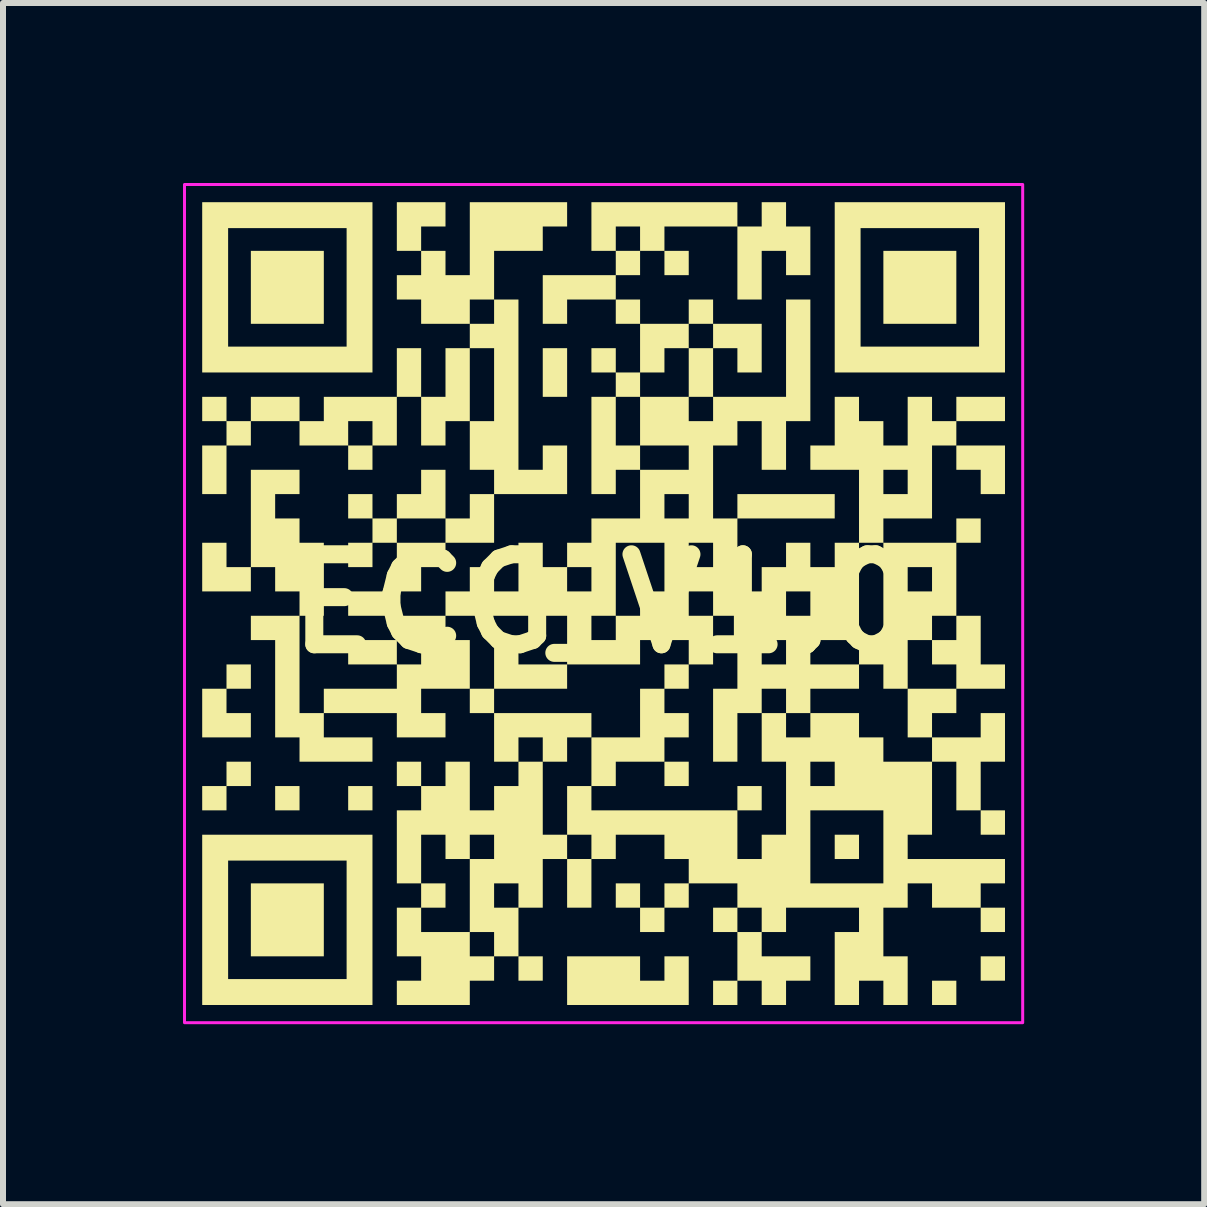
<source format=kicad_pcb>
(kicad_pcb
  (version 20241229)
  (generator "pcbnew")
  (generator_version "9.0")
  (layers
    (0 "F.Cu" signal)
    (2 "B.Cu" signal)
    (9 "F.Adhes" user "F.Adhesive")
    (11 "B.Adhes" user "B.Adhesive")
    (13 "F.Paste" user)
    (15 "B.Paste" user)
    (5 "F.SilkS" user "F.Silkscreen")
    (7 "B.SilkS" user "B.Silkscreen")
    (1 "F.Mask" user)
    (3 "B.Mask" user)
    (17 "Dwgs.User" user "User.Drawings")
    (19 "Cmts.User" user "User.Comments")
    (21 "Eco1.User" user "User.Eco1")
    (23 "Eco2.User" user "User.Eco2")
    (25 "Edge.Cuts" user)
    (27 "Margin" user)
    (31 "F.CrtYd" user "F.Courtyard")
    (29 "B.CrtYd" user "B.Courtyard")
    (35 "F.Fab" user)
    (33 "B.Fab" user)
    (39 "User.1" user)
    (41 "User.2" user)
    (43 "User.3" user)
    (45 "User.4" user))
  (footprint "ECG_V1.0"
    (layer "F.Cu")
    (at 7.01 7.01)
    (property "Reference" "ECG_V1.0" (at 0 0 0) (layer "F.SilkS") (effects (font (size 1.5 1.5) (thickness 0.3))))
    (attr board_only exclude_from_pos_files exclude_from_bom)
    (fp_poly (pts (xy -5.068 3.244) (xy -5.068 3.446) (xy -5.271 3.446) (xy -5.474 3.446) (xy -5.474 3.244) (xy -5.474 3.041) (xy -5.271 3.041) (xy -5.068 3.041)) (stroke (width 0) (type solid)) (fill yes) (layer "F.SilkS"))
    (fp_poly (pts (xy -4.663 -5.271) (xy -4.663 -4.663) (xy -5.271 -4.663) (xy -5.879 -4.663) (xy -5.879 -5.271) (xy -5.879 -5.879) (xy -5.271 -5.879) (xy -4.663 -5.879)) (stroke (width 0) (type solid)) (fill yes) (layer "F.SilkS"))
    (fp_poly (pts (xy -4.663 5.271) (xy -4.663 5.879) (xy -5.271 5.879) (xy -5.879 5.879) (xy -5.879 5.271) (xy -5.879 4.663) (xy -5.271 4.663) (xy -4.663 4.663)) (stroke (width 0) (type solid)) (fill yes) (layer "F.SilkS"))
    (fp_poly (pts (xy -3.852 3.244) (xy -3.852 3.446) (xy -4.055 3.446) (xy -4.257 3.446) (xy -4.257 3.244) (xy -4.257 3.041) (xy -4.055 3.041) (xy -3.852 3.041)) (stroke (width 0) (type solid)) (fill yes) (layer "F.SilkS"))
    (fp_poly (pts (xy -1.825 1.622) (xy -1.825 1.825) (xy -2.027 1.825) (xy -2.23 1.825) (xy -2.23 1.622) (xy -2.23 1.419) (xy -2.027 1.419) (xy -1.825 1.419)) (stroke (width 0) (type solid)) (fill yes) (layer "F.SilkS"))
    (fp_poly (pts (xy -1.014 6.082) (xy -1.014 6.285) (xy -1.216 6.285) (xy -1.419 6.285) (xy -1.419 6.082) (xy -1.419 5.879) (xy -1.216 5.879) (xy -1.014 5.879)) (stroke (width 0) (type solid)) (fill yes) (layer "F.SilkS"))
    (fp_poly (pts (xy -0.608 -3.852) (xy -0.608 -3.446) (xy -0.811 -3.446) (xy -1.014 -3.446) (xy -1.014 -3.852) (xy -1.014 -4.257) (xy -0.811 -4.257) (xy -0.608 -4.257)) (stroke (width 0) (type solid)) (fill yes) (layer "F.SilkS"))
    (fp_poly (pts (xy 1.419 -5.676) (xy 1.419 -5.474) (xy 1.216 -5.474) (xy 1.014 -5.474) (xy 1.014 -5.676) (xy 1.014 -5.879) (xy 1.216 -5.879) (xy 1.419 -5.879)) (stroke (width 0) (type solid)) (fill yes) (layer "F.SilkS"))
    (fp_poly (pts (xy 1.419 2.838) (xy 1.419 3.041) (xy 1.216 3.041) (xy 1.014 3.041) (xy 1.014 2.838) (xy 1.014 2.635) (xy 1.216 2.635) (xy 1.419 2.635)) (stroke (width 0) (type solid)) (fill yes) (layer "F.SilkS"))
    (fp_poly (pts (xy 2.635 3.244) (xy 2.635 3.446) (xy 2.433 3.446) (xy 2.23 3.446) (xy 2.23 3.244) (xy 2.23 3.041) (xy 2.433 3.041) (xy 2.635 3.041)) (stroke (width 0) (type solid)) (fill yes) (layer "F.SilkS"))
    (fp_poly (pts (xy 4.257 4.055) (xy 4.257 4.257) (xy 4.055 4.257) (xy 3.852 4.257) (xy 3.852 4.055) (xy 3.852 3.852) (xy 4.055 3.852) (xy 4.257 3.852)) (stroke (width 0) (type solid)) (fill yes) (layer "F.SilkS"))
    (fp_poly (pts (xy 5.879 -5.271) (xy 5.879 -4.663) (xy 5.271 -4.663) (xy 4.663 -4.663) (xy 4.663 -5.271) (xy 4.663 -5.879) (xy 5.271 -5.879) (xy 5.879 -5.879)) (stroke (width 0) (type solid)) (fill yes) (layer "F.SilkS"))
    (fp_poly (pts (xy 5.879 6.487) (xy 5.879 6.69) (xy 5.676 6.69) (xy 5.474 6.69) (xy 5.474 6.487) (xy 5.474 6.285) (xy 5.676 6.285) (xy 5.879 6.285)) (stroke (width 0) (type solid)) (fill yes) (layer "F.SilkS"))
    (fp_poly (pts (xy 6.69 3.649) (xy 6.69 3.852) (xy 6.487 3.852) (xy 6.285 3.852) (xy 6.285 3.649) (xy 6.285 3.446) (xy 6.487 3.446) (xy 6.69 3.446)) (stroke (width 0) (type solid)) (fill yes) (layer "F.SilkS"))
    (fp_poly (pts (xy 6.69 5.271) (xy 6.69 5.474) (xy 6.487 5.474) (xy 6.285 5.474) (xy 6.285 5.271) (xy 6.285 5.068) (xy 6.487 5.068) (xy 6.69 5.068)) (stroke (width 0) (type solid)) (fill yes) (layer "F.SilkS"))
    (fp_poly (pts (xy 6.69 6.082) (xy 6.69 6.285) (xy 6.487 6.285) (xy 6.285 6.285) (xy 6.285 6.082) (xy 6.285 5.879) (xy 6.487 5.879) (xy 6.69 5.879)) (stroke (width 0) (type solid)) (fill yes) (layer "F.SilkS"))
    (fp_poly (pts (xy -2.635 -6.487) (xy -2.635 -6.285) (xy -2.838 -6.285) (xy -3.041 -6.285) (xy -3.041 -6.082) (xy -3.041 -5.879) (xy -3.244 -5.879) (xy -3.446 -5.879) (xy -3.446 -6.285) (xy -3.446 -6.69) (xy -3.041 -6.69) (xy -2.635 -6.69)) (stroke (width 0) (type solid)) (fill yes) (layer "F.SilkS"))
    (fp_poly (pts (xy -1.419 0.811) (xy -1.419 1.014) (xy -1.014 1.014) (xy -0.608 1.014) (xy -0.608 1.216) (xy -0.608 1.419) (xy -1.216 1.419) (xy -1.825 1.419) (xy -1.825 1.014) (xy -1.825 0.608) (xy -1.622 0.608) (xy -1.419 0.608)) (stroke (width 0) (type solid)) (fill yes) (layer "F.SilkS"))
    (fp_poly (pts (xy 6.69 -2.23) (xy 6.69 -1.825) (xy 6.487 -1.825) (xy 6.285 -1.825) (xy 6.285 -2.027) (xy 6.285 -2.23) (xy 6.082 -2.23) (xy 5.879 -2.23) (xy 5.879 -2.433) (xy 5.879 -2.635) (xy 6.285 -2.635) (xy 6.69 -2.635)) (stroke (width 0) (type solid)) (fill yes) (layer "F.SilkS"))
    (fp_poly (pts (xy -5.879 2.838) (xy -5.879 3.041) (xy -6.082 3.041) (xy -6.285 3.041) (xy -6.285 3.244) (xy -6.285 3.446) (xy -6.487 3.446) (xy -6.69 3.446) (xy -6.69 3.244) (xy -6.69 3.041) (xy -6.487 3.041) (xy -6.285 3.041) (xy -6.285 2.838) (xy -6.285 2.635) (xy -6.082 2.635) (xy -5.879 2.635)) (stroke (width 0) (type solid)) (fill yes) (layer "F.SilkS"))
    (fp_poly (pts (xy 0.608 6.082) (xy 0.608 6.285) (xy 0.811 6.285) (xy 1.014 6.285) (xy 1.014 6.082) (xy 1.014 5.879) (xy 1.216 5.879) (xy 1.419 5.879) (xy 1.419 6.285) (xy 1.419 6.69) (xy 0.405 6.69) (xy -0.608 6.69) (xy -0.608 6.285) (xy -0.608 5.879) (xy 0 5.879) (xy 0.608 5.879)) (stroke (width 0) (type solid)) (fill yes) (layer "F.SilkS"))
    (fp_poly (pts (xy -3.852 -5.271) (xy -3.852 -3.852) (xy -5.271 -3.852) (xy -6.69 -3.852) (xy -6.69 -5.271) (xy -6.258 -5.271) (xy -6.258 -4.283) (xy -5.271 -4.283) (xy -4.283 -4.283) (xy -4.283 -5.271) (xy -4.283 -6.258) (xy -5.271 -6.258) (xy -6.258 -6.258) (xy -6.258 -5.271) (xy -6.69 -5.271) (xy -6.69 -6.69) (xy -5.271 -6.69) (xy -3.852 -6.69)) (stroke (width 0) (type solid)) (fill yes) (layer "F.SilkS"))
    (fp_poly (pts (xy -3.852 5.271) (xy -3.852 6.69) (xy -5.271 6.69) (xy -6.69 6.69) (xy -6.69 5.271) (xy -6.258 5.271) (xy -6.258 6.258) (xy -5.271 6.258) (xy -4.283 6.258) (xy -4.283 5.271) (xy -4.283 4.283) (xy -5.271 4.283) (xy -6.258 4.283) (xy -6.258 5.271) (xy -6.69 5.271) (xy -6.69 3.852) (xy -5.271 3.852) (xy -3.852 3.852)) (stroke (width 0) (type solid)) (fill yes) (layer "F.SilkS"))
    (fp_poly (pts (xy 6.69 -5.271) (xy 6.69 -3.852) (xy 5.271 -3.852) (xy 3.852 -3.852) (xy 3.852 -5.271) (xy 4.283 -5.271) (xy 4.283 -4.283) (xy 5.271 -4.283) (xy 6.258 -4.283) (xy 6.258 -5.271) (xy 6.258 -6.258) (xy 5.271 -6.258) (xy 4.283 -6.258) (xy 4.283 -5.271) (xy 3.852 -5.271) (xy 3.852 -6.69) (xy 5.271 -6.69) (xy 6.69 -6.69)) (stroke (width 0) (type solid)) (fill yes) (layer "F.SilkS"))
    (fp_poly (pts (xy -5.879 1.216) (xy -5.879 1.419) (xy -6.082 1.419) (xy -6.285 1.419) (xy -6.285 1.622) (xy -6.285 1.825) (xy -6.082 1.825) (xy -5.879 1.825) (xy -5.879 2.027) (xy -5.879 2.23) (xy -6.285 2.23) (xy -6.69 2.23) (xy -6.69 1.825) (xy -6.69 1.419) (xy -6.487 1.419) (xy -6.285 1.419) (xy -6.285 1.216) (xy -6.285 1.014) (xy -6.082 1.014) (xy -5.879 1.014)) (stroke (width 0) (type solid)) (fill yes) (layer "F.SilkS"))
    (fp_poly (pts (xy -0.203 2.027) (xy -0.203 2.23) (xy -0.405 2.23) (xy -0.608 2.23) (xy -0.608 2.433) (xy -0.608 2.635) (xy -0.811 2.635) (xy -1.014 2.635) (xy -1.014 2.433) (xy -1.014 2.23) (xy -1.216 2.23) (xy -1.419 2.23) (xy -1.419 2.433) (xy -1.419 2.635) (xy -1.622 2.635) (xy -1.825 2.635) (xy -1.825 2.23) (xy -1.825 1.825) (xy -1.014 1.825) (xy -0.203 1.825)) (stroke (width 0) (type solid)) (fill yes) (layer "F.SilkS"))
    (fp_poly (pts (xy 1.419 1.216) (xy 1.419 1.419) (xy 1.216 1.419) (xy 1.014 1.419) (xy 1.014 1.622) (xy 1.014 1.825) (xy 1.216 1.825) (xy 1.419 1.825) (xy 1.419 2.027) (xy 1.419 2.23) (xy 1.216 2.23) (xy 1.014 2.23) (xy 1.014 2.433) (xy 1.014 2.635) (xy 0.608 2.635) (xy 0.203 2.635) (xy 0.203 2.838) (xy 0.203 3.041) (xy 0 3.041) (xy -0.203 3.041) (xy -0.203 2.635) (xy -0.203 2.23) (xy 0.203 2.23) (xy 0.608 2.23) (xy 0.608 1.825) (xy 0.608 1.419) (xy 0.811 1.419) (xy 1.014 1.419) (xy 1.014 1.216) (xy 1.014 1.014) (xy 1.216 1.014) (xy 1.419 1.014)) (stroke (width 0) (type solid)) (fill yes) (layer "F.SilkS"))
    (fp_poly (pts (xy 2.23 -6.487) (xy 2.23 -6.285) (xy 2.433 -6.285) (xy 2.635 -6.285) (xy 2.635 -6.487) (xy 2.635 -6.69) (xy 2.838 -6.69) (xy 3.041 -6.69) (xy 3.041 -6.487) (xy 3.041 -6.285) (xy 3.244 -6.285) (xy 3.446 -6.285) (xy 3.446 -5.879) (xy 3.446 -5.474) (xy 3.244 -5.474) (xy 3.041 -5.474) (xy 3.041 -5.676) (xy 3.041 -5.879) (xy 2.838 -5.879) (xy 2.635 -5.879) (xy 2.635 -5.474) (xy 2.635 -5.068) (xy 2.433 -5.068) (xy 2.23 -5.068) (xy 2.23 -5.676) (xy 2.23 -6.285) (xy 1.622 -6.285) (xy 1.014 -6.285) (xy 1.014 -6.082) (xy 1.014 -5.879) (xy 0.811 -5.879) (xy 0.608 -5.879) (xy 0.608 -5.676) (xy 0.608 -5.474) (xy 0.405 -5.474) (xy 0.203 -5.474) (xy 0.203 -5.271) (xy 0.203 -5.068) (xy -0.203 -5.068) (xy -0.608 -5.068) (xy -0.608 -4.865) (xy -0.608 -4.663) (xy -0.811 -4.663) (xy -1.014 -4.663) (xy -1.014 -5.068) (xy -1.014 -5.474) (xy -0.405 -5.474) (xy 0.203 -5.474) (xy 0.203 -5.676) (xy 0.203 -5.879) (xy 0 -5.879) (xy -0.203 -5.879) (xy -0.203 -6.082) (xy 0.203 -6.082) (xy 0.203 -5.879) (xy 0.405 -5.879) (xy 0.608 -5.879) (xy 0.608 -6.082) (xy 0.608 -6.285) (xy 0.405 -6.285) (xy 0.203 -6.285) (xy 0.203 -6.082) (xy -0.203 -6.082) (xy -0.203 -6.285) (xy -0.203 -6.69) (xy 1.014 -6.69) (xy 2.23 -6.69)) (stroke (width 0) (type solid)) (fill yes) (layer "F.SilkS"))
    (fp_poly (pts (xy 6.285 0.608) (xy 6.285 1.014) (xy 6.487 1.014) (xy 6.69 1.014) (xy 6.69 1.216) (xy 6.69 1.419) (xy 6.285 1.419) (xy 5.879 1.419) (xy 5.879 1.622) (xy 5.879 1.825) (xy 5.676 1.825) (xy 5.474 1.825) (xy 5.474 2.027) (xy 5.474 2.23) (xy 5.879 2.23) (xy 6.285 2.23) (xy 6.285 2.027) (xy 6.285 1.825) (xy 6.487 1.825) (xy 6.69 1.825) (xy 6.69 2.23) (xy 6.69 2.635) (xy 6.487 2.635) (xy 6.285 2.635) (xy 6.285 3.041) (xy 6.285 3.446) (xy 6.082 3.446) (xy 5.879 3.446) (xy 5.879 3.041) (xy 5.879 2.635) (xy 5.676 2.635) (xy 5.474 2.635) (xy 5.474 3.244) (xy 5.474 3.852) (xy 5.271 3.852) (xy 5.068 3.852) (xy 5.068 4.055) (xy 5.068 4.257) (xy 5.879 4.257) (xy 6.69 4.257) (xy 6.69 4.46) (xy 6.69 4.663) (xy 6.487 4.663) (xy 6.285 4.663) (xy 6.285 4.865) (xy 6.285 5.068) (xy 5.879 5.068) (xy 5.474 5.068) (xy 5.474 4.865) (xy 5.474 4.663) (xy 5.271 4.663) (xy 5.068 4.663) (xy 5.068 4.865) (xy 5.068 5.068) (xy 4.865 5.068) (xy 4.663 5.068) (xy 4.663 5.474) (xy 4.663 5.879) (xy 4.865 5.879) (xy 5.068 5.879) (xy 5.068 6.285) (xy 5.068 6.69) (xy 4.865 6.69) (xy 4.663 6.69) (xy 4.663 6.487) (xy 4.663 6.285) (xy 4.46 6.285) (xy 4.257 6.285) (xy 4.257 6.487) (xy 4.257 6.69) (xy 4.055 6.69) (xy 3.852 6.69) (xy 3.852 6.082) (xy 3.852 5.474) (xy 4.055 5.474) (xy 4.257 5.474) (xy 4.257 5.271) (xy 4.257 5.068) (xy 3.649 5.068) (xy 3.041 5.068) (xy 3.041 5.271) (xy 3.041 5.474) (xy 2.838 5.474) (xy 2.635 5.474) (xy 2.635 5.676) (xy 2.635 5.879) (xy 3.041 5.879) (xy 3.446 5.879) (xy 3.446 6.082) (xy 3.446 6.285) (xy 3.244 6.285) (xy 3.041 6.285) (xy 3.041 6.487) (xy 3.041 6.69) (xy 2.838 6.69) (xy 2.635 6.69) (xy 2.635 6.487) (xy 2.635 6.285) (xy 2.433 6.285) (xy 2.23 6.285) (xy 2.23 6.487) (xy 2.23 6.69) (xy 2.027 6.69) (xy 1.825 6.69) (xy 1.825 6.487) (xy 1.825 6.285) (xy 2.027 6.285) (xy 2.23 6.285) (xy 2.23 5.879) (xy 2.23 5.474) (xy 2.027 5.474) (xy 1.825 5.474) (xy 1.825 5.271) (xy 2.23 5.271) (xy 2.23 5.474) (xy 2.433 5.474) (xy 2.635 5.474) (xy 2.635 5.271) (xy 2.635 5.068) (xy 2.433 5.068) (xy 2.23 5.068) (xy 2.23 5.271) (xy 1.825 5.271) (xy 1.825 5.068) (xy 2.027 5.068) (xy 2.23 5.068) (xy 2.23 4.865) (xy 2.23 4.663) (xy 1.825 4.663) (xy 1.419 4.663) (xy 1.419 4.865) (xy 1.419 5.068) (xy 1.216 5.068) (xy 1.014 5.068) (xy 1.014 5.271) (xy 1.014 5.474) (xy 0.811 5.474) (xy 0.608 5.474) (xy 0.608 5.271) (xy 0.608 5.068) (xy 0.405 5.068) (xy 0.203 5.068) (xy 0.203 4.865) (xy 0.203 4.663) (xy 0.405 4.663) (xy 0.608 4.663) (xy 0.608 4.865) (xy 0.608 5.068) (xy 0.811 5.068) (xy 1.014 5.068) (xy 1.014 4.865) (xy 1.014 4.663) (xy 1.216 4.663) (xy 1.419 4.663) (xy 1.419 4.46) (xy 1.419 4.257) (xy 1.216 4.257) (xy 1.014 4.257) (xy 1.014 4.055) (xy 1.014 3.852) (xy 0.608 3.852) (xy 0.203 3.852) (xy 0.203 4.055) (xy 0.203 4.257) (xy 0 4.257) (xy -0.203 4.257) (xy -0.203 4.663) (xy -0.203 5.068) (xy -0.405 5.068) (xy -0.608 5.068) (xy -0.608 4.663) (xy -0.608 4.257) (xy -0.811 4.257) (xy -1.014 4.257) (xy -1.014 4.663) (xy -1.014 5.068) (xy -1.216 5.068) (xy -1.419 5.068) (xy -1.419 5.474) (xy -1.419 5.879) (xy -1.622 5.879) (xy -1.825 5.879) (xy -1.825 6.082) (xy -1.825 6.285) (xy -2.027 6.285) (xy -2.23 6.285) (xy -2.23 6.487) (xy -2.23 6.69) (xy -2.838 6.69) (xy -3.446 6.69) (xy -3.446 6.487) (xy -3.446 6.285) (xy -3.244 6.285) (xy -3.041 6.285) (xy -3.041 6.082) (xy -3.041 5.879) (xy -3.244 5.879) (xy -3.446 5.879) (xy -3.446 5.676) (xy -2.23 5.676) (xy -2.23 5.879) (xy -2.027 5.879) (xy -1.825 5.879) (xy -1.825 5.676) (xy -1.825 5.474) (xy -2.027 5.474) (xy -2.23 5.474) (xy -2.23 5.676) (xy -3.446 5.676) (xy -3.446 5.474) (xy -3.446 5.068) (xy -3.244 5.068) (xy -3.041 5.068) (xy -3.041 4.865) (xy -3.041 4.663) (xy -2.838 4.663) (xy -2.635 4.663) (xy -2.635 4.865) (xy -2.635 5.068) (xy -2.838 5.068) (xy -3.041 5.068) (xy -3.041 5.271) (xy -3.041 5.474) (xy -2.635 5.474) (xy -2.23 5.474) (xy -2.23 4.865) (xy -1.825 4.865) (xy -1.825 5.068) (xy -1.622 5.068) (xy -1.419 5.068) (xy -1.419 4.865) (xy -1.419 4.663) (xy -1.622 4.663) (xy -1.825 4.663) (xy -1.825 4.865) (xy -2.23 4.865) (xy -2.23 4.257) (xy -2.027 4.257) (xy -1.825 4.257) (xy -1.825 4.055) (xy -0.608 4.055) (xy -0.608 4.257) (xy -0.405 4.257) (xy -0.203 4.257) (xy -0.203 4.055) (xy -0.203 3.852) (xy -0.405 3.852) (xy -0.608 3.852) (xy -0.608 4.055) (xy -1.825 4.055) (xy -1.825 3.852) (xy -2.027 3.852) (xy -2.23 3.852) (xy -2.23 4.055) (xy -2.23 4.257) (xy -2.433 4.257) (xy -2.635 4.257) (xy -2.635 4.055) (xy -2.635 3.852) (xy -2.838 3.852) (xy -3.041 3.852) (xy -3.041 4.257) (xy -3.041 4.663) (xy -3.244 4.663) (xy -3.446 4.663) (xy -3.446 4.055) (xy -3.446 3.446) (xy -3.244 3.446) (xy -3.041 3.446) (xy -3.041 3.244) (xy -3.041 3.041) (xy -3.244 3.041) (xy -3.446 3.041) (xy -3.446 2.838) (xy -3.446 2.635) (xy -3.244 2.635) (xy -3.041 2.635) (xy -3.041 2.838) (xy -3.041 3.041) (xy -2.838 3.041) (xy -2.635 3.041) (xy -2.635 2.838) (xy -2.635 2.635) (xy -2.433 2.635) (xy -2.23 2.635) (xy -2.23 3.041) (xy -2.23 3.446) (xy -2.027 3.446) (xy -1.825 3.446) (xy -1.825 3.244) (xy -1.825 3.041) (xy -1.622 3.041) (xy -1.419 3.041) (xy -1.419 2.838) (xy -1.419 2.635) (xy -1.216 2.635) (xy -1.014 2.635) (xy -1.014 3.244) (xy -1.014 3.852) (xy -0.811 3.852) (xy -0.608 3.852) (xy -0.608 3.446) (xy -0.608 3.041) (xy -0.405 3.041) (xy -0.203 3.041) (xy -0.203 3.244) (xy -0.203 3.446) (xy 1.014 3.446) (xy 2.23 3.446) (xy 2.23 3.852) (xy 2.23 4.257) (xy 2.433 4.257) (xy 2.635 4.257) (xy 2.635 4.055) (xy 3.446 4.055) (xy 3.446 4.663) (xy 4.055 4.663) (xy 4.663 4.663) (xy 4.663 4.055) (xy 4.663 3.446) (xy 4.055 3.446) (xy 3.446 3.446) (xy 3.446 4.055) (xy 2.635 4.055) (xy 2.635 3.852) (xy 2.838 3.852) (xy 3.041 3.852) (xy 3.041 3.244) (xy 3.041 2.838) (xy 3.446 2.838) (xy 3.446 3.041) (xy 3.649 3.041) (xy 3.852 3.041) (xy 3.852 2.838) (xy 3.852 2.635) (xy 3.649 2.635) (xy 3.446 2.635) (xy 3.446 2.838) (xy 3.041 2.838) (xy 3.041 2.635) (xy 2.838 2.635) (xy 2.635 2.635) (xy 2.635 2.23) (xy 2.635 1.825) (xy 2.838 1.825) (xy 3.041 1.825) (xy 3.041 2.027) (xy 3.041 2.23) (xy 3.244 2.23) (xy 3.446 2.23) (xy 3.446 2.027) (xy 3.446 1.825) (xy 3.852 1.825) (xy 4.257 1.825) (xy 4.257 2.027) (xy 4.257 2.23) (xy 4.46 2.23) (xy 4.663 2.23) (xy 4.663 2.433) (xy 4.663 2.635) (xy 5.068 2.635) (xy 5.474 2.635) (xy 5.474 2.433) (xy 5.474 2.23) (xy 5.271 2.23) (xy 5.068 2.23) (xy 5.068 1.825) (xy 5.068 1.419) (xy 5.474 1.419) (xy 5.879 1.419) (xy 5.879 1.216) (xy 5.879 1.014) (xy 5.676 1.014) (xy 5.474 1.014) (xy 5.474 0.811) (xy 5.474 0.608) (xy 5.676 0.608) (xy 5.879 0.608) (xy 5.879 0.405) (xy 5.879 0.203) (xy 6.082 0.203) (xy 6.285 0.203)) (stroke (width 0) (type solid)) (fill yes) (layer "F.SilkS"))
    (fp_poly (pts (xy -0.608 -6.487) (xy -0.608 -6.285) (xy -0.811 -6.285) (xy -1.014 -6.285) (xy -1.014 -6.082) (xy -1.014 -5.879) (xy -1.419 -5.879) (xy -1.825 -5.879) (xy -1.825 -5.474) (xy -1.825 -5.068) (xy -2.027 -5.068) (xy -2.23 -5.068) (xy -2.23 -4.865) (xy -2.23 -4.663) (xy -2.027 -4.663) (xy -1.825 -4.663) (xy -1.825 -4.865) (xy -1.825 -5.068) (xy -1.622 -5.068) (xy -1.419 -5.068) (xy -1.419 -3.649) (xy -1.419 -2.23) (xy -1.216 -2.23) (xy -1.014 -2.23) (xy -1.014 -2.433) (xy -1.014 -2.635) (xy -0.811 -2.635) (xy -0.608 -2.635) (xy -0.608 -2.23) (xy -0.608 -1.825) (xy -1.216 -1.825) (xy -1.825 -1.825) (xy -1.825 -1.419) (xy -1.825 -1.014) (xy -2.23 -1.014) (xy -2.635 -1.014) (xy -2.635 -0.811) (xy -2.635 -0.608) (xy -2.838 -0.608) (xy -3.041 -0.608) (xy -3.041 -0.405) (xy -3.041 -0.203) (xy -3.244 -0.203) (xy -3.446 -0.203) (xy -3.446 0) (xy -3.446 0.203) (xy -3.041 0.203) (xy -2.635 0.203) (xy -2.635 0) (xy -2.635 -0.203) (xy -2.433 -0.203) (xy -2.23 -0.203) (xy -2.23 -0.405) (xy -2.23 -0.608) (xy -2.027 -0.608) (xy -1.825 -0.608) (xy -1.825 -0.405) (xy -1.825 -0.203) (xy -1.622 -0.203) (xy -1.419 -0.203) (xy -1.419 -0.405) (xy -0.608 -0.405) (xy -0.608 -0.203) (xy -0.405 -0.203) (xy -0.203 -0.203) (xy -0.203 -0.405) (xy -0.203 -0.608) (xy -0.405 -0.608) (xy -0.608 -0.608) (xy -0.608 -0.405) (xy -1.419 -0.405) (xy -1.419 -0.608) (xy -1.419 -1.014) (xy -1.216 -1.014) (xy -1.014 -1.014) (xy -1.014 -0.811) (xy -1.014 -0.608) (xy -0.811 -0.608) (xy -0.608 -0.608) (xy -0.608 -0.811) (xy -0.608 -1.014) (xy -0.405 -1.014) (xy -0.203 -1.014) (xy -0.203 -1.216) (xy -0.203 -1.419) (xy 0.203 -1.419) (xy 0.608 -1.419) (xy 0.608 -1.622) (xy 1.014 -1.622) (xy 1.014 -1.419) (xy 1.216 -1.419) (xy 1.419 -1.419) (xy 1.419 -1.622) (xy 1.419 -1.825) (xy 1.216 -1.825) (xy 1.014 -1.825) (xy 1.014 -1.622) (xy 0.608 -1.622) (xy 0.608 -1.825) (xy 0.608 -2.23) (xy 0.405 -2.23) (xy 0.203 -2.23) (xy 0.203 -2.027) (xy 0.203 -1.825) (xy 0 -1.825) (xy -0.203 -1.825) (xy -0.203 -2.433) (xy 0.608 -2.433) (xy 0.608 -2.23) (xy 1.014 -2.23) (xy 1.419 -2.23) (xy 1.419 -2.433) (xy 1.419 -2.635) (xy 1.014 -2.635) (xy 0.608 -2.635) (xy 0.608 -2.433) (xy -0.203 -2.433) (xy -0.203 -2.635) (xy -0.203 -3.446) (xy 0 -3.446) (xy 0.203 -3.446) (xy 0.203 -3.649) (xy 0.203 -3.852) (xy 0 -3.852) (xy -0.203 -3.852) (xy -0.203 -4.055) (xy -0.203 -4.257) (xy 0 -4.257) (xy 0.203 -4.257) (xy 0.203 -4.055) (xy 0.203 -3.852) (xy 0.405 -3.852) (xy 0.608 -3.852) (xy 0.608 -4.257) (xy 0.608 -4.663) (xy 0.405 -4.663) (xy 0.203 -4.663) (xy 0.203 -4.865) (xy 0.203 -5.068) (xy 0.405 -5.068) (xy 0.608 -5.068) (xy 0.608 -4.865) (xy 0.608 -4.663) (xy 1.014 -4.663) (xy 1.419 -4.663) (xy 1.419 -4.865) (xy 1.419 -5.068) (xy 1.622 -5.068) (xy 1.825 -5.068) (xy 1.825 -4.865) (xy 1.825 -4.663) (xy 1.622 -4.663) (xy 1.419 -4.663) (xy 1.419 -4.46) (xy 1.419 -4.257) (xy 1.216 -4.257) (xy 1.014 -4.257) (xy 1.014 -4.055) (xy 1.014 -3.852) (xy 0.811 -3.852) (xy 0.608 -3.852) (xy 0.608 -3.649) (xy 0.608 -3.446) (xy 0.405 -3.446) (xy 0.203 -3.446) (xy 0.203 -3.041) (xy 0.203 -2.635) (xy 0.405 -2.635) (xy 0.608 -2.635) (xy 0.608 -3.041) (xy 0.608 -3.244) (xy 1.419 -3.244) (xy 1.419 -3.041) (xy 1.622 -3.041) (xy 1.825 -3.041) (xy 1.825 -3.244) (xy 1.825 -3.446) (xy 1.622 -3.446) (xy 1.419 -3.446) (xy 1.419 -3.244) (xy 0.608 -3.244) (xy 0.608 -3.446) (xy 1.014 -3.446) (xy 1.419 -3.446) (xy 1.419 -3.852) (xy 1.419 -4.257) (xy 1.622 -4.257) (xy 1.825 -4.257) (xy 1.825 -4.46) (xy 1.825 -4.663) (xy 2.23 -4.663) (xy 2.635 -4.663) (xy 2.635 -4.257) (xy 2.635 -3.852) (xy 2.433 -3.852) (xy 2.23 -3.852) (xy 2.23 -4.055) (xy 2.23 -4.257) (xy 2.027 -4.257) (xy 1.825 -4.257) (xy 1.825 -3.852) (xy 1.825 -3.446) (xy 2.433 -3.446) (xy 3.041 -3.446) (xy 3.041 -4.257) (xy 3.041 -5.068) (xy 3.244 -5.068) (xy 3.446 -5.068) (xy 3.446 -4.055) (xy 3.446 -3.041) (xy 3.244 -3.041) (xy 3.041 -3.041) (xy 3.041 -2.635) (xy 3.041 -2.23) (xy 2.838 -2.23) (xy 2.635 -2.23) (xy 2.635 -2.635) (xy 2.635 -3.041) (xy 2.433 -3.041) (xy 2.23 -3.041) (xy 2.23 -2.838) (xy 2.23 -2.635) (xy 2.027 -2.635) (xy 1.825 -2.635) (xy 1.825 -2.027) (xy 1.825 -1.419) (xy 2.027 -1.419) (xy 2.23 -1.419) (xy 2.23 -1.622) (xy 2.23 -1.825) (xy 3.041 -1.825) (xy 3.852 -1.825) (xy 3.852 -1.622) (xy 3.852 -1.419) (xy 3.041 -1.419) (xy 2.23 -1.419) (xy 2.23 -0.811) (xy 2.23 -0.203) (xy 2.433 -0.203) (xy 2.635 -0.203) (xy 2.635 -0.405) (xy 2.635 -0.608) (xy 2.838 -0.608) (xy 3.041 -0.608) (xy 3.041 -0.811) (xy 3.041 -1.014) (xy 3.244 -1.014) (xy 3.446 -1.014) (xy 3.446 -0.811) (xy 3.446 -0.608) (xy 3.649 -0.608) (xy 3.852 -0.608) (xy 3.852 -0.811) (xy 3.852 -1.014) (xy 4.055 -1.014) (xy 4.257 -1.014) (xy 4.257 -1.622) (xy 4.257 -2.027) (xy 4.663 -2.027) (xy 4.663 -1.825) (xy 4.865 -1.825) (xy 5.068 -1.825) (xy 5.068 -2.027) (xy 5.068 -2.23) (xy 4.865 -2.23) (xy 4.663 -2.23) (xy 4.663 -2.027) (xy 4.257 -2.027) (xy 4.257 -2.23) (xy 3.852 -2.23) (xy 3.446 -2.23) (xy 3.446 -2.433) (xy 3.446 -2.635) (xy 3.649 -2.635) (xy 3.852 -2.635) (xy 3.852 -3.041) (xy 3.852 -3.446) (xy 4.055 -3.446) (xy 4.257 -3.446) (xy 4.257 -3.244) (xy 4.257 -3.041) (xy 4.46 -3.041) (xy 4.663 -3.041) (xy 4.663 -2.838) (xy 4.663 -2.635) (xy 4.865 -2.635) (xy 5.068 -2.635) (xy 5.068 -3.041) (xy 5.068 -3.446) (xy 5.271 -3.446) (xy 5.474 -3.446) (xy 5.474 -3.244) (xy 5.474 -3.041) (xy 5.676 -3.041) (xy 5.879 -3.041) (xy 5.879 -3.244) (xy 5.879 -3.446) (xy 6.285 -3.446) (xy 6.69 -3.446) (xy 6.69 -3.244) (xy 6.69 -3.041) (xy 6.285 -3.041) (xy 5.879 -3.041) (xy 5.879 -2.838) (xy 5.879 -2.635) (xy 5.676 -2.635) (xy 5.474 -2.635) (xy 5.474 -2.027) (xy 5.474 -1.419) (xy 5.068 -1.419) (xy 4.663 -1.419) (xy 4.663 -1.216) (xy 4.663 -1.014) (xy 5.271 -1.014) (xy 5.879 -1.014) (xy 5.879 -1.216) (xy 5.879 -1.419) (xy 6.082 -1.419) (xy 6.285 -1.419) (xy 6.285 -1.216) (xy 6.285 -1.014) (xy 6.082 -1.014) (xy 5.879 -1.014) (xy 5.879 -0.405) (xy 5.879 0.203) (xy 5.676 0.203) (xy 5.474 0.203) (xy 5.474 0.405) (xy 5.474 0.608) (xy 5.271 0.608) (xy 5.068 0.608) (xy 5.068 1.014) (xy 5.068 1.419) (xy 4.865 1.419) (xy 4.663 1.419) (xy 4.663 1.216) (xy 4.663 1.014) (xy 4.46 1.014) (xy 4.257 1.014) (xy 4.257 1.216) (xy 4.257 1.419) (xy 3.852 1.419) (xy 3.446 1.419) (xy 3.446 1.622) (xy 3.446 1.825) (xy 3.244 1.825) (xy 3.041 1.825) (xy 3.041 1.622) (xy 3.041 1.419) (xy 2.838 1.419) (xy 2.635 1.419) (xy 2.635 1.622) (xy 2.635 1.825) (xy 2.433 1.825) (xy 2.23 1.825) (xy 2.23 2.23) (xy 2.23 2.635) (xy 2.027 2.635) (xy 1.825 2.635) (xy 1.825 2.027) (xy 1.825 1.419) (xy 2.027 1.419) (xy 2.23 1.419) (xy 2.23 0.811) (xy 2.635 0.811) (xy 2.635 1.014) (xy 2.838 1.014) (xy 3.041 1.014) (xy 3.041 0.811) (xy 3.041 0.608) (xy 3.446 0.608) (xy 3.446 0.811) (xy 3.446 1.014) (xy 3.852 1.014) (xy 4.257 1.014) (xy 4.257 0.811) (xy 4.257 0.608) (xy 4.46 0.608) (xy 4.663 0.608) (xy 4.663 -0.203) (xy 4.663 -0.405) (xy 5.068 -0.405) (xy 5.068 -0.203) (xy 5.271 -0.203) (xy 5.474 -0.203) (xy 5.474 -0.405) (xy 5.474 -0.608) (xy 5.271 -0.608) (xy 5.068 -0.608) (xy 5.068 -0.405) (xy 4.663 -0.405) (xy 4.663 -1.014) (xy 4.46 -1.014) (xy 4.257 -1.014) (xy 4.257 -0.203) (xy 4.257 0.608) (xy 3.852 0.608) (xy 3.446 0.608) (xy 3.041 0.608) (xy 2.838 0.608) (xy 2.635 0.608) (xy 2.635 0.811) (xy 2.23 0.811) (xy 2.23 0.203) (xy 2.027 0.203) (xy 1.825 0.203) (xy 1.825 0.608) (xy 1.825 1.014) (xy 1.622 1.014) (xy 1.419 1.014) (xy 1.419 0.811) (xy 1.419 0.608) (xy 1.014 0.608) (xy 0.608 0.608) (xy 0.608 0.811) (xy 0.608 1.014) (xy 0 1.014) (xy -0.608 1.014) (xy -0.608 0.608) (xy -0.608 0.203) (xy -0.203 0.203) (xy -0.203 0.405) (xy -0.203 0.608) (xy 0 0.608) (xy 0.203 0.608) (xy 0.203 0.405) (xy 0.203 0.203) (xy 0.405 0.203) (xy 0.608 0.203) (xy 0.608 0) (xy 1.419 0) (xy 1.419 0.203) (xy 1.622 0.203) (xy 1.825 0.203) (xy 1.825 0) (xy 3.041 0) (xy 3.041 0.203) (xy 3.244 0.203) (xy 3.446 0.203) (xy 3.446 0) (xy 3.446 -0.203) (xy 3.244 -0.203) (xy 3.041 -0.203) (xy 3.041 0) (xy 1.825 0) (xy 1.825 -0.203) (xy 1.622 -0.203) (xy 1.419 -0.203) (xy 1.419 0) (xy 0.608 0) (xy 0.608 -0.203) (xy 0.811 -0.203) (xy 1.014 -0.203) (xy 1.014 -0.608) (xy 1.014 -0.811) (xy 1.419 -0.811) (xy 1.419 -0.608) (xy 1.622 -0.608) (xy 1.825 -0.608) (xy 1.825 -0.811) (xy 1.825 -1.014) (xy 1.622 -1.014) (xy 1.419 -1.014) (xy 1.419 -0.811) (xy 1.014 -0.811) (xy 1.014 -1.014) (xy 0.608 -1.014) (xy 0.203 -1.014) (xy 0.203 -0.405) (xy 0.203 0.203) (xy 0 0.203) (xy -0.203 0.203) (xy -0.608 0.203) (xy -1.622 0.203) (xy -2.635 0.203) (xy -2.635 0.405) (xy -2.635 0.608) (xy -2.433 0.608) (xy -2.23 0.608) (xy -2.23 1.014) (xy -2.23 1.419) (xy -2.635 1.419) (xy -3.041 1.419) (xy -3.041 1.622) (xy -3.041 1.825) (xy -2.838 1.825) (xy -2.635 1.825) (xy -2.635 2.027) (xy -2.635 2.23) (xy -3.041 2.23) (xy -3.446 2.23) (xy -3.446 2.027) (xy -3.446 1.825) (xy -4.055 1.825) (xy -4.663 1.825) (xy -4.663 2.027) (xy -4.663 2.23) (xy -4.257 2.23) (xy -3.852 2.23) (xy -3.852 2.433) (xy -3.852 2.635) (xy -4.46 2.635) (xy -5.068 2.635) (xy -5.068 2.433) (xy -5.068 2.23) (xy -5.271 2.23) (xy -5.474 2.23) (xy -5.474 1.419) (xy -5.474 0.608) (xy -5.676 0.608) (xy -5.879 0.608) (xy -5.879 0.405) (xy -5.879 0.203) (xy -5.474 0.203) (xy -5.068 0.203) (xy -5.068 0) (xy -5.068 -0.203) (xy -5.271 -0.203) (xy -5.474 -0.203) (xy -5.474 -0.405) (xy -5.474 -0.608) (xy -5.676 -0.608) (xy -5.879 -0.608) (xy -5.879 -0.405) (xy -5.879 -0.203) (xy -6.285 -0.203) (xy -6.69 -0.203) (xy -6.69 -0.608) (xy -6.69 -1.014) (xy -6.487 -1.014) (xy -6.285 -1.014) (xy -6.285 -0.811) (xy -6.285 -0.608) (xy -6.082 -0.608) (xy -5.879 -0.608) (xy -5.879 -1.419) (xy -5.879 -2.23) (xy -5.474 -2.23) (xy -5.068 -2.23) (xy -5.068 -2.027) (xy -5.068 -1.825) (xy -5.271 -1.825) (xy -5.474 -1.825) (xy -5.474 -1.622) (xy -5.474 -1.419) (xy -5.271 -1.419) (xy -5.068 -1.419) (xy -5.068 -1.216) (xy -5.068 -1.014) (xy -4.865 -1.014) (xy -4.663 -1.014) (xy -4.663 -0.405) (xy -4.663 0.203) (xy -4.865 0.203) (xy -5.068 0.203) (xy -5.068 1.014) (xy -5.068 1.825) (xy -4.865 1.825) (xy -4.663 1.825) (xy -4.663 1.622) (xy -4.663 1.419) (xy -4.055 1.419) (xy -3.446 1.419) (xy -3.446 1.216) (xy -3.446 1.014) (xy -3.852 1.014) (xy -4.257 1.014) (xy -4.257 0.811) (xy -3.446 0.811) (xy -3.446 1.014) (xy -3.244 1.014) (xy -3.041 1.014) (xy -3.041 0.811) (xy -3.041 0.608) (xy -3.244 0.608) (xy -3.446 0.608) (xy -3.446 0.811) (xy -4.257 0.811) (xy -4.257 0.608) (xy -3.852 0.608) (xy -3.446 0.608) (xy -3.446 0.405) (xy -3.446 0.203) (xy -3.852 0.203) (xy -4.257 0.203) (xy -4.257 0) (xy -4.257 -0.203) (xy -3.852 -0.203) (xy -3.446 -0.203) (xy -3.446 -0.608) (xy -3.446 -1.014) (xy -3.649 -1.014) (xy -3.852 -1.014) (xy -3.852 -0.811) (xy -3.852 -0.608) (xy -4.055 -0.608) (xy -4.257 -0.608) (xy -4.257 -0.811) (xy -4.257 -1.014) (xy -4.055 -1.014) (xy -3.852 -1.014) (xy -3.852 -1.216) (xy -3.446 -1.216) (xy -3.446 -1.014) (xy -3.041 -1.014) (xy -2.635 -1.014) (xy -2.635 -1.216) (xy -2.635 -1.419) (xy -3.041 -1.419) (xy -3.446 -1.419) (xy -3.446 -1.216) (xy -3.852 -1.216) (xy -3.852 -1.419) (xy -4.055 -1.419) (xy -4.257 -1.419) (xy -4.257 -1.622) (xy -4.257 -1.825) (xy -4.055 -1.825) (xy -3.852 -1.825) (xy -3.852 -1.622) (xy -3.852 -1.419) (xy -3.649 -1.419) (xy -3.446 -1.419) (xy -3.446 -1.622) (xy -3.446 -1.825) (xy -3.244 -1.825) (xy -3.041 -1.825) (xy -3.041 -2.027) (xy -3.041 -2.23) (xy -2.838 -2.23) (xy -2.635 -2.23) (xy -2.635 -1.825) (xy -2.635 -1.419) (xy -2.433 -1.419) (xy -2.23 -1.419) (xy -2.23 -1.622) (xy -2.23 -1.825) (xy -2.027 -1.825) (xy -1.825 -1.825) (xy -1.825 -2.027) (xy -1.825 -2.23) (xy -2.027 -2.23) (xy -2.23 -2.23) (xy -2.23 -2.635) (xy -2.23 -3.041) (xy -2.433 -3.041) (xy -2.635 -3.041) (xy -2.635 -2.838) (xy -2.635 -2.635) (xy -2.838 -2.635) (xy -3.041 -2.635) (xy -3.041 -3.041) (xy -3.041 -3.446) (xy -3.244 -3.446) (xy -3.446 -3.446) (xy -3.446 -3.041) (xy -3.446 -2.635) (xy -3.649 -2.635) (xy -3.852 -2.635) (xy -3.852 -2.433) (xy -3.852 -2.23) (xy -4.055 -2.23) (xy -4.257 -2.23) (xy -4.257 -2.433) (xy -4.257 -2.635) (xy -4.663 -2.635) (xy -5.068 -2.635) (xy -5.068 -2.838) (xy -4.257 -2.838) (xy -4.257 -2.635) (xy -4.055 -2.635) (xy -3.852 -2.635) (xy -3.852 -2.838) (xy -3.852 -3.041) (xy -4.055 -3.041) (xy -4.257 -3.041) (xy -4.257 -2.838) (xy -5.068 -2.838) (xy -5.068 -3.041) (xy -5.474 -3.041) (xy -5.879 -3.041) (xy -5.879 -2.838) (xy -5.879 -2.635) (xy -6.082 -2.635) (xy -6.285 -2.635) (xy -6.285 -2.23) (xy -6.285 -1.825) (xy -6.487 -1.825) (xy -6.69 -1.825) (xy -6.69 -2.23) (xy -6.69 -2.635) (xy -6.487 -2.635) (xy -6.285 -2.635) (xy -6.285 -2.838) (xy -6.285 -3.041) (xy -6.487 -3.041) (xy -6.69 -3.041) (xy -6.69 -3.244) (xy -6.69 -3.446) (xy -6.487 -3.446) (xy -6.285 -3.446) (xy -6.285 -3.244) (xy -6.285 -3.041) (xy -6.082 -3.041) (xy -5.879 -3.041) (xy -5.879 -3.244) (xy -5.879 -3.446) (xy -5.474 -3.446) (xy -5.068 -3.446) (xy -5.068 -3.244) (xy -5.068 -3.041) (xy -4.865 -3.041) (xy -4.663 -3.041) (xy -4.663 -3.244) (xy -4.663 -3.446) (xy -4.055 -3.446) (xy -3.446 -3.446) (xy -3.446 -3.852) (xy -3.446 -4.257) (xy -3.244 -4.257) (xy -3.041 -4.257) (xy -3.041 -3.852) (xy -3.041 -3.446) (xy -2.838 -3.446) (xy -2.635 -3.446) (xy -2.635 -3.649) (xy -2.23 -3.649) (xy -2.23 -3.041) (xy -2.027 -3.041) (xy -1.825 -3.041) (xy -1.825 -3.649) (xy -1.825 -4.257) (xy -2.027 -4.257) (xy -2.23 -4.257) (xy -2.23 -3.649) (xy -2.635 -3.649) (xy -2.635 -3.852) (xy -2.635 -4.257) (xy -2.433 -4.257) (xy -2.23 -4.257) (xy -2.23 -4.46) (xy -2.23 -4.663) (xy -2.635 -4.663) (xy -3.041 -4.663) (xy -3.041 -4.865) (xy -3.041 -5.068) (xy -3.244 -5.068) (xy -3.446 -5.068) (xy -3.446 -5.271) (xy -3.446 -5.474) (xy -3.244 -5.474) (xy -3.041 -5.474) (xy -3.041 -5.676) (xy -3.041 -5.879) (xy -2.838 -5.879) (xy -2.635 -5.879) (xy -2.635 -5.676) (xy -2.635 -5.474) (xy -2.433 -5.474) (xy -2.23 -5.474) (xy -2.23 -6.082) (xy -2.23 -6.69) (xy -1.419 -6.69) (xy -0.608 -6.69)) (stroke (width 0) (type solid)) (fill yes) (layer "F.SilkS"))
    (fp_rect (start -6.985 -6.985) (end 6.985 6.985) (stroke (width 0.05) (type default)) (fill no) (layer "F.CrtYd")))
  (gr_rect
    (start -3 -3)
    (end 17.02 17.02)
    (stroke (width 0.1) (type default))
    (fill no)
    (layer "Edge.Cuts")))
</source>
